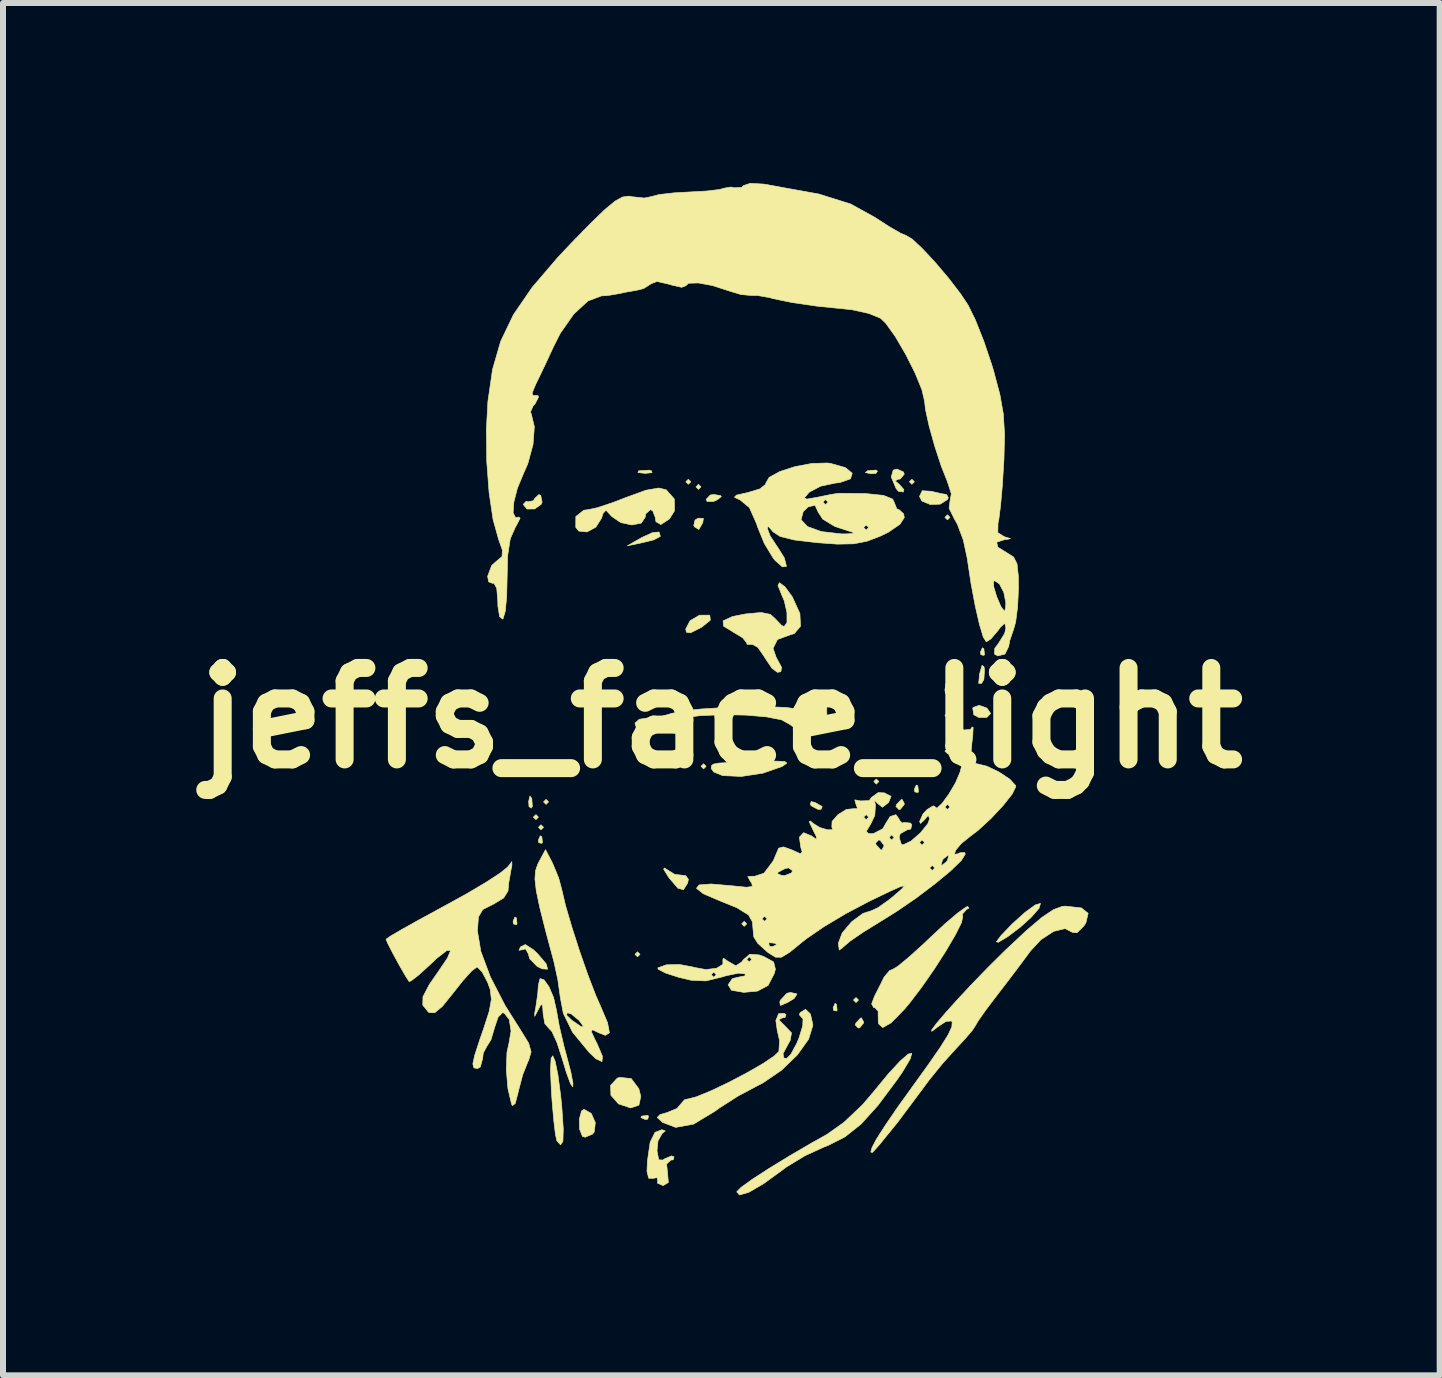
<source format=kicad_pcb>
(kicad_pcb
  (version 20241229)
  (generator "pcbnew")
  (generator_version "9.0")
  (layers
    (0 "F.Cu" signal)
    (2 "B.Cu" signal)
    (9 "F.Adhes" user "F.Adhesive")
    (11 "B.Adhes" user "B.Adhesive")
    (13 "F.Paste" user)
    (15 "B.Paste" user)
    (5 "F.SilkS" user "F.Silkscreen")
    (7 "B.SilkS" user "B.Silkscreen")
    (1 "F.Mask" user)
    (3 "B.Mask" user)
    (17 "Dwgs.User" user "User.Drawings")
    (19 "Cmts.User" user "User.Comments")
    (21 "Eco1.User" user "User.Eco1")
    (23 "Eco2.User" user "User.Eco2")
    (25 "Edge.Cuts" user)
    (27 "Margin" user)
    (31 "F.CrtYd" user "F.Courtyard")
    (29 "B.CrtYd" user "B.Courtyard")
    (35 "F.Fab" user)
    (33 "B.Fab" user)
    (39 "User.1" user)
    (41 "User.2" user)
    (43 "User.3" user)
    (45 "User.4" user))
  (footprint "jeffs_face_light"
    (layer "F.Cu")
    (at 8.97 8.915)
    (property "Reference" "jeffs_face_light" (at 0 0 0) (layer "F.SilkS") (effects (font (size 1.524 1.524) (thickness 0.3))))
    (attr through_hole)
    (fp_poly (pts (xy -3.048 1.651) (xy -3.09 1.693) (xy -3.133 1.651) (xy -3.09 1.609) (xy -3.048 1.651)) (stroke (width 0.01) (type solid)) (fill yes) (layer "F.SilkS"))
    (fp_poly (pts (xy -2.963 1.82) (xy -3.006 1.863) (xy -3.048 1.82) (xy -3.006 1.778) (xy -2.963 1.82)) (stroke (width 0.01) (type solid)) (fill yes) (layer "F.SilkS"))
    (fp_poly (pts (xy -2.879 1.397) (xy -2.921 1.439) (xy -2.963 1.397) (xy -2.921 1.355) (xy -2.879 1.397)) (stroke (width 0.01) (type solid)) (fill yes) (layer "F.SilkS"))
    (fp_poly (pts (xy -1.355 3.937) (xy -1.397 3.979) (xy -1.439 3.937) (xy -1.397 3.895) (xy -1.355 3.937)) (stroke (width 0.01) (type solid)) (fill yes) (layer "F.SilkS"))
    (fp_poly (pts (xy -0.508 -3.937) (xy -0.55 -3.895) (xy -0.593 -3.937) (xy -0.55 -3.979) (xy -0.508 -3.937)) (stroke (width 0.01) (type solid)) (fill yes) (layer "F.SilkS"))
    (fp_poly (pts (xy -0.339 -3.852) (xy -0.381 -3.81) (xy -0.423 -3.852) (xy -0.381 -3.895) (xy -0.339 -3.852)) (stroke (width 0.01) (type solid)) (fill yes) (layer "F.SilkS"))
    (fp_poly (pts (xy -0.254 0.804) (xy -0.296 0.847) (xy -0.339 0.804) (xy -0.296 0.762) (xy -0.254 0.804)) (stroke (width 0.01) (type solid)) (fill yes) (layer "F.SilkS"))
    (fp_poly (pts (xy 0.423 3.429) (xy 0.381 3.471) (xy 0.339 3.429) (xy 0.381 3.387) (xy 0.423 3.429)) (stroke (width 0.01) (type solid)) (fill yes) (layer "F.SilkS"))
    (fp_poly (pts (xy 2.286 4.699) (xy 2.244 4.741) (xy 2.201 4.699) (xy 2.244 4.657) (xy 2.286 4.699)) (stroke (width 0.01) (type solid)) (fill yes) (layer "F.SilkS"))
    (fp_poly (pts (xy 2.625 1.058) (xy 2.582 1.101) (xy 2.54 1.058) (xy 2.582 1.016) (xy 2.625 1.058)) (stroke (width 0.01) (type solid)) (fill yes) (layer "F.SilkS"))
    (fp_poly (pts (xy 3.217 -3.937) (xy 3.175 -3.895) (xy 3.133 -3.937) (xy 3.175 -3.979) (xy 3.217 -3.937)) (stroke (width 0.01) (type solid)) (fill yes) (layer "F.SilkS"))
    (fp_poly (pts (xy 3.641 0.804) (xy 3.598 0.847) (xy 3.556 0.804) (xy 3.598 0.762) (xy 3.641 0.804)) (stroke (width 0.01) (type solid)) (fill yes) (layer "F.SilkS"))
    (fp_poly (pts (xy 3.81 -3.344) (xy 3.768 -3.302) (xy 3.725 -3.344) (xy 3.768 -3.387) (xy 3.81 -3.344)) (stroke (width 0.01) (type solid)) (fill yes) (layer "F.SilkS"))
    (fp_poly (pts (xy 3.81 -0.042) (xy 3.768 0) (xy 3.725 -0.042) (xy 3.768 -0.085) (xy 3.81 -0.042)) (stroke (width 0.01) (type solid)) (fill yes) (layer "F.SilkS"))
    (fp_poly (pts (xy 3.81 0.55) (xy 3.768 0.593) (xy 3.725 0.55) (xy 3.768 0.508) (xy 3.81 0.55)) (stroke (width 0.01) (type solid)) (fill yes) (layer "F.SilkS"))
    (fp_poly (pts (xy -3.415 3.33) (xy -3.405 3.431) (xy -3.415 3.443) (xy -3.465 3.431) (xy -3.471 3.387) (xy -3.44 3.317) (xy -3.415 3.33)) (stroke (width 0.01) (type solid)) (fill yes) (layer "F.SilkS"))
    (fp_poly (pts (xy -3.159 1.339) (xy -3.149 1.471) (xy -3.166 1.501) (xy -3.205 1.476) (xy -3.211 1.39) (xy -3.19 1.3) (xy -3.159 1.339)) (stroke (width 0.01) (type solid)) (fill yes) (layer "F.SilkS"))
    (fp_poly (pts (xy -2.992 1.976) (xy -2.981 2.076) (xy -2.992 2.088) (xy -3.042 2.077) (xy -3.048 2.032) (xy -3.017 1.962) (xy -2.992 1.976)) (stroke (width 0.01) (type solid)) (fill yes) (layer "F.SilkS"))
    (fp_poly (pts (xy -1.214 6.632) (xy -1.225 6.683) (xy -1.27 6.689) (xy -1.34 6.658) (xy -1.326 6.632) (xy -1.226 6.622) (xy -1.214 6.632)) (stroke (width 0.01) (type solid)) (fill yes) (layer "F.SilkS"))
    (fp_poly (pts (xy -1.164 -4.12) (xy -1.154 -4.089) (xy -1.27 -4.077) (xy -1.39 -4.091) (xy -1.376 -4.12) (xy -1.202 -4.131) (xy -1.164 -4.12)) (stroke (width 0.01) (type solid)) (fill yes) (layer "F.SilkS"))
    (fp_poly (pts (xy 1.919 4.77) (xy 1.929 4.87) (xy 1.919 4.882) (xy 1.869 4.871) (xy 1.863 4.826) (xy 1.894 4.756) (xy 1.919 4.77)) (stroke (width 0.01) (type solid)) (fill yes) (layer "F.SilkS"))
    (fp_poly (pts (xy 2.088 -0.31) (xy 2.099 -0.21) (xy 2.088 -0.198) (xy 2.038 -0.209) (xy 2.032 -0.254) (xy 2.063 -0.324) (xy 2.088 -0.31)) (stroke (width 0.01) (type solid)) (fill yes) (layer "F.SilkS"))
    (fp_poly (pts (xy 2.602 -4.115) (xy 2.576 -4.077) (xy 2.491 -4.071) (xy 2.4 -4.091) (xy 2.439 -4.122) (xy 2.572 -4.132) (xy 2.602 -4.115)) (stroke (width 0.01) (type solid)) (fill yes) (layer "F.SilkS"))
    (fp_poly (pts (xy 3.274 1.129) (xy 3.284 1.229) (xy 3.274 1.242) (xy 3.223 1.23) (xy 3.217 1.185) (xy 3.248 1.116) (xy 3.274 1.129)) (stroke (width 0.01) (type solid)) (fill yes) (layer "F.SilkS"))
    (fp_poly (pts (xy 4.374 -1.157) (xy 4.385 -1.057) (xy 4.374 -1.044) (xy 4.324 -1.056) (xy 4.318 -1.101) (xy 4.349 -1.17) (xy 4.374 -1.157)) (stroke (width 0.01) (type solid)) (fill yes) (layer "F.SilkS"))
    (fp_poly (pts (xy -0.299 -3.327) (xy -0.31 -3.255) (xy -0.375 -3.142) (xy -0.444 -3.184) (xy -0.46 -3.208) (xy -0.438 -3.299) (xy -0.385 -3.331) (xy -0.299 -3.327)) (stroke (width 0.01) (type solid)) (fill yes) (layer "F.SilkS"))
    (fp_poly (pts (xy 1.562 1.407) (xy 1.681 1.475) (xy 1.661 1.52) (xy 1.614 1.524) (xy 1.499 1.463) (xy 1.482 1.44) (xy 1.496 1.392) (xy 1.562 1.407)) (stroke (width 0.01) (type solid)) (fill yes) (layer "F.SilkS"))
    (fp_poly (pts (xy -1.037 -3.097) (xy -1.016 -3.028) (xy -1.124 -2.97) (xy -1.313 -2.923) (xy -1.566 -2.87) (xy -1.326 -3.008) (xy -1.149 -3.089) (xy -1.041 -3.1) (xy -1.037 -3.097)) (stroke (width 0.01) (type solid)) (fill yes) (layer "F.SilkS"))
    (fp_poly (pts (xy -0.014 -3.707) (xy 0 -3.692) (xy -0.066 -3.637) (xy -0.127 -3.61) (xy -0.236 -3.608) (xy -0.254 -3.643) (xy -0.185 -3.716) (xy -0.127 -3.725) (xy -0.014 -3.707)) (stroke (width 0.01) (type solid)) (fill yes) (layer "F.SilkS"))
    (fp_poly (pts (xy 1.261 4.598) (xy 1.213 4.673) (xy 1.103 4.74) (xy 0.983 4.789) (xy 0.974 4.73) (xy 0.985 4.701) (xy 1.091 4.587) (xy 1.152 4.572) (xy 1.261 4.598)) (stroke (width 0.01) (type solid)) (fill yes) (layer "F.SilkS"))
    (fp_poly (pts (xy 2.37 5.061) (xy 2.371 5.08) (xy 2.306 5.161) (xy 2.281 5.165) (xy 2.23 5.113) (xy 2.244 5.08) (xy 2.32 4.999) (xy 2.333 4.995) (xy 2.37 5.061)) (stroke (width 0.01) (type solid)) (fill yes) (layer "F.SilkS"))
    (fp_poly (pts (xy 3.047 1.42) (xy 3.048 1.439) (xy 2.983 1.521) (xy 2.958 1.524) (xy 2.908 1.472) (xy 2.921 1.439) (xy 2.997 1.359) (xy 3.011 1.355) (xy 3.047 1.42)) (stroke (width 0.01) (type solid)) (fill yes) (layer "F.SilkS"))
    (fp_poly (pts (xy 3.813 -0.526) (xy 3.841 -0.466) (xy 3.842 -0.357) (xy 3.807 -0.339) (xy 3.735 -0.407) (xy 3.725 -0.466) (xy 3.743 -0.579) (xy 3.759 -0.593) (xy 3.813 -0.526)) (stroke (width 0.01) (type solid)) (fill yes) (layer "F.SilkS"))
    (fp_poly (pts (xy 4.374 -0.86) (xy 4.385 -0.817) (xy 4.375 -0.644) (xy 4.336 -0.577) (xy 4.288 -0.577) (xy 4.302 -0.728) (xy 4.303 -0.734) (xy 4.343 -0.877) (xy 4.374 -0.86)) (stroke (width 0.01) (type solid)) (fill yes) (layer "F.SilkS"))
    (fp_poly (pts (xy 4.425 -0.166) (xy 4.487 -0.076) (xy 4.423 -0.01) (xy 4.292 -0.009) (xy 4.207 -0.054) (xy 4.189 -0.164) (xy 4.196 -0.177) (xy 4.296 -0.212) (xy 4.425 -0.166)) (stroke (width 0.01) (type solid)) (fill yes) (layer "F.SilkS"))
    (fp_poly (pts (xy -2.167 6.589) (xy -2.1 6.742) (xy -2.117 6.895) (xy -2.147 6.933) (xy -2.27 6.985) (xy -2.315 6.97) (xy -2.363 6.849) (xy -2.366 6.681) (xy -2.33 6.549) (xy -2.289 6.519) (xy -2.167 6.589)) (stroke (width 0.01) (type solid)) (fill yes) (layer "F.SilkS"))
    (fp_poly (pts (xy -0.191 -1.707) (xy -0.184 -1.63) (xy -0.325 -1.516) (xy -0.344 -1.505) (xy -0.514 -1.42) (xy -0.583 -1.43) (xy -0.593 -1.483) (xy -0.522 -1.621) (xy -0.365 -1.714) (xy -0.206 -1.715) (xy -0.191 -1.707)) (stroke (width 0.01) (type solid)) (fill yes) (layer "F.SilkS"))
    (fp_poly (pts (xy 3.493 -3.779) (xy 3.671 -3.738) (xy 3.751 -3.726) (xy 3.782 -3.672) (xy 3.768 -3.641) (xy 3.647 -3.564) (xy 3.479 -3.559) (xy 3.341 -3.616) (xy 3.302 -3.693) (xy 3.347 -3.788) (xy 3.493 -3.779)) (stroke (width 0.01) (type solid)) (fill yes) (layer "F.SilkS"))
    (fp_poly (pts (xy -1.502 6.007) (xy -1.375 6.177) (xy -1.342 6.305) (xy -1.374 6.451) (xy -1.511 6.497) (xy -1.712 6.43) (xy -1.714 6.429) (xy -1.84 6.286) (xy -1.846 6.121) (xy -1.735 6.001) (xy -1.696 5.988) (xy -1.502 6.007)) (stroke (width 0.01) (type solid)) (fill yes) (layer "F.SilkS"))
    (fp_poly (pts (xy -3.009 -3.71) (xy -2.987 -3.597) (xy -3.002 -3.562) (xy -3.111 -3.484) (xy -3.239 -3.483) (xy -3.302 -3.56) (xy -3.302 -3.561) (xy -3.251 -3.614) (xy -3.225 -3.603) (xy -3.132 -3.621) (xy -3.109 -3.661) (xy -3.04 -3.724) (xy -3.009 -3.71)) (stroke (width 0.01) (type solid)) (fill yes) (layer "F.SilkS"))
    (fp_poly (pts (xy -0.927 2.512) (xy -0.78 2.604) (xy -0.605 2.625) (xy -0.595 2.625) (xy -0.549 2.687) (xy -0.562 2.752) (xy -0.631 2.86) (xy -0.723 2.836) (xy -0.865 2.671) (xy -0.885 2.643) (xy -0.962 2.518) (xy -0.947 2.498) (xy -0.927 2.512)) (stroke (width 0.01) (type solid)) (fill yes) (layer "F.SilkS"))
    (fp_poly (pts (xy -3.132 3.86) (xy -3.063 3.926) (xy -2.919 4.095) (xy -2.894 4.185) (xy -2.987 4.179) (xy -3.07 4.138) (xy -3.193 4.012) (xy -3.217 3.928) (xy -3.263 3.846) (xy -3.315 3.86) (xy -3.372 3.871) (xy -3.347 3.814) (xy -3.267 3.774) (xy -3.132 3.86)) (stroke (width 0.01) (type solid)) (fill yes) (layer "F.SilkS"))
    (fp_poly (pts (xy 3.036 -4.1) (xy 3.048 -4.064) (xy 2.981 -3.984) (xy 2.942 -3.978) (xy 2.896 -3.951) (xy 2.961 -3.898) (xy 3.042 -3.807) (xy 3.033 -3.767) (xy 2.951 -3.778) (xy 2.911 -3.826) (xy 2.831 -4.017) (xy 2.864 -4.131) (xy 2.928 -4.149) (xy 3.036 -4.1)) (stroke (width 0.01) (type solid)) (fill yes) (layer "F.SilkS"))
    (fp_poly (pts (xy 5.318 3.089) (xy 5.293 3.171) (xy 5.169 3.314) (xy 4.984 3.482) (xy 4.776 3.64) (xy 4.614 3.737) (xy 4.584 3.728) (xy 4.66 3.625) (xy 4.828 3.45) (xy 4.852 3.426) (xy 5.064 3.235) (xy 5.231 3.114) (xy 5.317 3.089) (xy 5.318 3.089)) (stroke (width 0.01) (type solid)) (fill yes) (layer "F.SilkS"))
    (fp_poly (pts (xy -2.769 5.721) (xy -2.723 5.946) (xy -2.677 6.294) (xy -2.659 6.474) (xy -2.634 6.844) (xy -2.64 7.054) (xy -2.679 7.112) (xy -2.741 7.045) (xy -2.765 6.935) (xy -2.793 6.699) (xy -2.821 6.378) (xy -2.832 6.219) (xy -2.847 5.867) (xy -2.837 5.672) (xy -2.809 5.627) (xy -2.769 5.721)) (stroke (width 0.01) (type solid)) (fill yes) (layer "F.SilkS"))
    (fp_poly (pts (xy 1.056 0.724) (xy 1.093 0.75) (xy 1.025 0.799) (xy 1.004 0.81) (xy 0.695 0.918) (xy 0.334 0.973) (xy 0.021 0.959) (xy -0.127 0.899) (xy -0.169 0.841) (xy -0.166 0.797) (xy -0.136 0.769) (xy -0.045 0.751) (xy 0.14 0.74) (xy 0.45 0.729) (xy 0.582 0.724) (xy 0.893 0.717) (xy 1.056 0.724)) (stroke (width 0.01) (type solid)) (fill yes) (layer "F.SilkS"))
    (fp_poly (pts (xy -0.934 6.88) (xy -0.987 6.923) (xy -1.056 7.046) (xy -1.072 7.211) (xy -1.044 7.361) (xy -0.975 7.365) (xy -0.95 7.347) (xy -0.83 7.296) (xy -0.788 7.312) (xy -0.801 7.361) (xy -0.842 7.366) (xy -0.912 7.431) (xy -0.897 7.578) (xy -0.883 7.739) (xy -0.966 7.789) (xy -0.977 7.789) (xy -1.066 7.749) (xy -1.059 7.706) (xy -1.072 7.657) (xy -1.132 7.67) (xy -1.211 7.668) (xy -1.239 7.556) (xy -1.232 7.382) (xy -1.187 7.07) (xy -1.105 6.903) (xy -0.99 6.859) (xy -0.934 6.88)) (stroke (width 0.01) (type solid)) (fill yes) (layer "F.SilkS"))
    (fp_poly (pts (xy -2.955 4.362) (xy -2.872 4.478) (xy -2.795 4.659) (xy -2.749 4.863) (xy -2.7 5.137) (xy -2.621 5.473) (xy -2.574 5.648) (xy -2.507 5.904) (xy -2.473 6.087) (xy -2.476 6.145) (xy -2.515 6.09) (xy -2.581 5.911) (xy -2.653 5.673) (xy -2.739 5.408) (xy -2.823 5.224) (xy -2.879 5.165) (xy -2.942 5.091) (xy -2.969 4.932) (xy -2.98 4.779) (xy -3.011 4.782) (xy -3.056 4.868) (xy -3.109 4.97) (xy -3.111 4.921) (xy -3.093 4.826) (xy -3.059 4.591) (xy -3.049 4.448) (xy -3.021 4.341) (xy -2.955 4.362)) (stroke (width 0.01) (type solid)) (fill yes) (layer "F.SilkS"))
    (fp_poly (pts (xy 3.147 5.681) (xy 3.022 5.891) (xy 2.936 6.017) (xy 2.611 6.453) (xy 2.329 6.765) (xy 2.059 6.98) (xy 1.772 7.125) (xy 1.706 7.15) (xy 1.395 7.292) (xy 1.087 7.479) (xy 1.03 7.522) (xy 0.707 7.757) (xy 0.459 7.902) (xy 0.303 7.947) (xy 0.256 7.895) (xy 0.326 7.823) (xy 0.515 7.686) (xy 0.796 7.504) (xy 1.139 7.294) (xy 1.516 7.074) (xy 1.758 6.939) (xy 2.043 6.737) (xy 2.349 6.447) (xy 2.535 6.23) (xy 2.783 5.928) (xy 2.98 5.715) (xy 3.114 5.599) (xy 3.173 5.586) (xy 3.147 5.681)) (stroke (width 0.01) (type solid)) (fill yes) (layer "F.SilkS"))
    (fp_poly (pts (xy -0.918 -3.803) (xy -0.784 -3.651) (xy -0.781 -3.452) (xy -0.864 -3.319) (xy -1.008 -3.224) (xy -1.09 -3.272) (xy -1.101 -3.344) (xy -1.146 -3.457) (xy -1.185 -3.471) (xy -1.26 -3.403) (xy -1.27 -3.344) (xy -1.336 -3.247) (xy -1.493 -3.218) (xy -1.677 -3.257) (xy -1.826 -3.359) (xy -1.831 -3.365) (xy -1.922 -3.463) (xy -1.971 -3.411) (xy -1.996 -3.331) (xy -2.092 -3.18) (xy -2.239 -3.101) (xy -2.375 -3.115) (xy -2.426 -3.178) (xy -2.425 -3.358) (xy -2.292 -3.463) (xy -2.218 -3.473) (xy -2.067 -3.505) (xy -1.819 -3.587) (xy -1.574 -3.681) (xy -1.254 -3.797) (xy -1.042 -3.833) (xy -0.918 -3.803)) (stroke (width 0.01) (type solid)) (fill yes) (layer "F.SilkS"))
    (fp_poly (pts (xy 4.125 3.168) (xy 4.085 3.189) (xy 4.014 3.27) (xy 4.023 3.305) (xy 4.002 3.408) (xy 3.9 3.612) (xy 3.741 3.883) (xy 3.545 4.188) (xy 3.334 4.491) (xy 3.13 4.758) (xy 3.048 4.855) (xy 2.829 5.079) (xy 2.688 5.158) (xy 2.621 5.096) (xy 2.615 5.059) (xy 2.612 4.912) (xy 2.615 4.889) (xy 2.561 4.828) (xy 2.539 4.826) (xy 2.504 4.764) (xy 2.552 4.636) (xy 2.654 4.435) (xy 2.711 4.318) (xy 2.804 4.207) (xy 2.849 4.191) (xy 2.941 4.136) (xy 3.121 3.988) (xy 3.358 3.774) (xy 3.475 3.663) (xy 3.726 3.429) (xy 3.938 3.249) (xy 4.076 3.151) (xy 4.106 3.14) (xy 4.125 3.168)) (stroke (width 0.01) (type solid)) (fill yes) (layer "F.SilkS"))
    (fp_poly (pts (xy 1.756 -0.21) (xy 1.758 -0.024) (xy 1.745 0.035) (xy 1.665 0.18) (xy 1.494 0.221) (xy 1.448 0.221) (xy 1.246 0.178) (xy 1.129 0.099) (xy 1.002 0.029) (xy 0.749 -0.02) (xy 0.411 -0.049) (xy 0.031 -0.056) (xy -0.35 -0.04) (xy -0.689 0.001) (xy -0.873 0.042) (xy -1.171 0.127) (xy -1.342 0.161) (xy -1.42 0.148) (xy -1.439 0.09) (xy -1.439 0.085) (xy -1.367 0.02) (xy -1.233 0) (xy -0.987 -0.031) (xy -0.817 -0.08) (xy -0.633 -0.119) (xy -0.336 -0.151) (xy 0.028 -0.174) (xy 0.416 -0.187) (xy 0.78 -0.188) (xy 1.076 -0.177) (xy 1.259 -0.151) (xy 1.28 -0.143) (xy 1.457 -0.141) (xy 1.55 -0.207) (xy 1.68 -0.28) (xy 1.756 -0.21)) (stroke (width 0.01) (type solid)) (fill yes) (layer "F.SilkS"))
    (fp_poly (pts (xy 1.06 -2.187) (xy 1.182 -2.02) (xy 1.309 -1.742) (xy 1.319 -1.529) (xy 1.214 -1.406) (xy 1.153 -1.389) (xy 0.935 -1.309) (xy 0.862 -1.162) (xy 0.912 -1.015) (xy 1.004 -0.844) (xy 0.991 -0.772) (xy 0.934 -0.762) (xy 0.843 -0.83) (xy 0.731 -0.996) (xy 0.718 -1.019) (xy 0.609 -1.177) (xy 0.515 -1.23) (xy 0.504 -1.225) (xy 0.429 -1.228) (xy 0.423 -1.251) (xy 0.355 -1.338) (xy 0.212 -1.424) (xy 0.037 -1.531) (xy 0.029 -1.62) (xy 0.188 -1.693) (xy 0.398 -1.734) (xy 0.663 -1.759) (xy 0.817 -1.728) (xy 0.894 -1.659) (xy 1 -1.547) (xy 1.046 -1.524) (xy 1.094 -1.593) (xy 1.093 -1.758) (xy 1.049 -1.952) (xy 1.009 -2.045) (xy 0.943 -2.209) (xy 0.969 -2.255) (xy 1.06 -2.187)) (stroke (width 0.01) (type solid)) (fill yes) (layer "F.SilkS"))
    (fp_poly (pts (xy -2.813 2.417) (xy -2.71 2.667) (xy -2.657 2.866) (xy -2.597 3.122) (xy -2.492 3.48) (xy -2.362 3.885) (xy -2.223 4.282) (xy -2.094 4.618) (xy -2.024 4.777) (xy -1.896 5.077) (xy -1.865 5.245) (xy -1.933 5.287) (xy -2.037 5.247) (xy -2.148 5.194) (xy -2.167 5.225) (xy -2.1 5.37) (xy -2.073 5.421) (xy -1.981 5.637) (xy -1.989 5.725) (xy -2.091 5.677) (xy -2.202 5.572) (xy -2.481 5.233) (xy -2.618 4.951) (xy -2.579 4.951) (xy -2.493 5.035) (xy -2.334 5.144) (xy -2.298 5.139) (xy -2.371 5.038) (xy -2.501 4.931) (xy -2.567 4.911) (xy -2.579 4.951) (xy -2.618 4.951) (xy -2.634 4.918) (xy -2.681 4.67) (xy -2.725 4.359) (xy -2.789 4.064) (xy -2.929 3.542) (xy -3.026 3.156) (xy -3.084 2.879) (xy -3.106 2.685) (xy -3.097 2.546) (xy -3.06 2.438) (xy -3.045 2.407) (xy -2.93 2.193) (xy -2.813 2.417)) (stroke (width 0.01) (type solid)) (fill yes) (layer "F.SilkS"))
    (fp_poly (pts (xy 0.628 3.947) (xy 0.707 3.974) (xy 0.87 4.063) (xy 0.901 4.184) (xy 0.883 4.255) (xy 0.78 4.455) (xy 0.602 4.55) (xy 0.374 4.571) (xy 0.17 4.536) (xy 0.113 4.445) (xy 0.183 4.342) (xy 0.282 4.318) (xy 0.395 4.296) (xy 0.396 4.262) (xy 0.288 4.251) (xy 0.085 4.292) (xy 0.005 4.316) (xy -0.258 4.38) (xy -0.505 4.369) (xy -0.718 4.318) (xy -0.847 4.276) (xy -0.169 4.276) (xy -0.127 4.318) (xy -0.085 4.276) (xy -0.127 4.233) (xy -0.169 4.276) (xy -0.847 4.276) (xy -0.934 4.247) (xy -1.052 4.186) (xy -1.059 4.163) (xy -0.917 4.112) (xy -0.693 4.107) (xy -0.47 4.149) (xy -0.454 4.155) (xy -0.258 4.191) (xy -0.08 4.169) (xy 0.026 4.104) (xy 0.025 4.033) (xy 0.032 4.001) (xy 0.113 4.055) (xy 0.241 4.128) (xy 0.338 4.065) (xy 0.365 4.029) (xy 0.374 4.022) (xy 0.423 4.022) (xy 0.466 4.064) (xy 0.508 4.022) (xy 0.466 3.979) (xy 0.423 4.022) (xy 0.374 4.022) (xy 0.474 3.935) (xy 0.628 3.947)) (stroke (width 0.01) (type solid)) (fill yes) (layer "F.SilkS"))
    (fp_poly (pts (xy 6 3.164) (xy 6.112 3.254) (xy 6.075 3.411) (xy 6.042 3.463) (xy 5.927 3.578) (xy 5.852 3.572) (xy 5.727 3.508) (xy 5.537 3.555) (xy 5.325 3.693) (xy 5.151 3.881) (xy 4.974 4.12) (xy 4.749 4.417) (xy 4.58 4.637) (xy 4.404 4.869) (xy 4.28 5.046) (xy 4.233 5.127) (xy 4.18 5.208) (xy 4.041 5.368) (xy 3.916 5.502) (xy 3.683 5.76) (xy 3.463 6.031) (xy 3.387 6.134) (xy 2.937 6.737) (xy 2.632 7.112) (xy 2.519 7.238) (xy 2.49 7.233) (xy 2.512 7.154) (xy 2.583 7.019) (xy 2.733 6.784) (xy 2.938 6.485) (xy 3.126 6.223) (xy 3.431 5.8) (xy 3.645 5.492) (xy 3.778 5.28) (xy 3.841 5.145) (xy 3.846 5.067) (xy 3.833 5.047) (xy 3.74 5.057) (xy 3.609 5.143) (xy 3.506 5.221) (xy 3.505 5.196) (xy 3.588 5.085) (xy 3.739 4.908) (xy 3.942 4.682) (xy 4.181 4.427) (xy 4.439 4.16) (xy 4.7 3.901) (xy 4.729 3.873) (xy 5.081 3.543) (xy 5.342 3.321) (xy 5.535 3.192) (xy 5.682 3.138) (xy 5.733 3.134) (xy 6 3.164)) (stroke (width 0.01) (type solid)) (fill yes) (layer "F.SilkS"))
    (fp_poly (pts (xy 1.484 4.931) (xy 1.524 5.106) (xy 1.524 5.124) (xy 1.454 5.351) (xy 1.268 5.612) (xy 1.003 5.868) (xy 0.694 6.079) (xy 0.593 6.131) (xy 0.279 6.298) (xy -0.035 6.499) (xy -0.112 6.555) (xy -0.464 6.767) (xy -0.762 6.821) (xy -0.98 6.737) (xy -1.069 6.656) (xy -1.022 6.607) (xy -0.902 6.573) (xy -0.738 6.505) (xy -0.677 6.433) (xy -0.61 6.357) (xy -0.567 6.35) (xy -0.415 6.311) (xy -0.169 6.21) (xy 0.126 6.069) (xy 0.429 5.91) (xy 0.698 5.755) (xy 0.889 5.626) (xy 0.959 5.554) (xy 0.97 5.373) (xy 0.932 5.209) (xy 0.908 5.039) (xy 0.955 4.926) (xy 1.047 4.92) (xy 1.078 4.945) (xy 1.059 4.991) (xy 1.009 4.998) (xy 0.958 5.03) (xy 1.056 5.127) (xy 1.056 5.127) (xy 1.169 5.246) (xy 1.146 5.375) (xy 1.12 5.42) (xy 1.028 5.592) (xy 1.041 5.664) (xy 1.088 5.673) (xy 1.16 5.601) (xy 1.256 5.422) (xy 1.293 5.334) (xy 1.356 5.129) (xy 1.361 5.009) (xy 1.343 4.995) (xy 1.299 4.943) (xy 1.313 4.909) (xy 1.403 4.854) (xy 1.484 4.931)) (stroke (width 0.01) (type solid)) (fill yes) (layer "F.SilkS"))
    (fp_poly (pts (xy -3.49 2.458) (xy -3.507 2.54) (xy -3.544 2.755) (xy -3.555 2.881) (xy -3.627 2.998) (xy -3.801 3.103) (xy -3.81 3.107) (xy -3.975 3.19) (xy -4.047 3.313) (xy -4.064 3.538) (xy -4.064 3.551) (xy -4.008 3.887) (xy -3.85 4.311) (xy -3.605 4.787) (xy -3.345 5.2) (xy -3.211 5.417) (xy -3.17 5.563) (xy -3.21 5.7) (xy -3.223 5.726) (xy -3.31 5.944) (xy -3.381 6.214) (xy -3.387 6.242) (xy -3.435 6.423) (xy -3.481 6.458) (xy -3.495 6.435) (xy -3.556 6.177) (xy -3.583 5.86) (xy -3.572 5.567) (xy -3.541 5.429) (xy -3.504 5.216) (xy -3.534 5.024) (xy -3.617 4.917) (xy -3.648 4.911) (xy -3.72 4.984) (xy -3.78 5.161) (xy -3.781 5.166) (xy -3.839 5.361) (xy -3.906 5.468) (xy -3.967 5.581) (xy -3.979 5.678) (xy -4.016 5.813) (xy -4.064 5.842) (xy -4.124 5.828) (xy -4.141 5.764) (xy -4.11 5.62) (xy -4.027 5.364) (xy -3.967 5.193) (xy -3.869 4.891) (xy -3.832 4.688) (xy -3.851 4.525) (xy -3.892 4.41) (xy -3.985 4.232) (xy -4.067 4.149) (xy -4.073 4.149) (xy -4.158 4.212) (xy -4.306 4.375) (xy -4.459 4.569) (xy -4.648 4.804) (xy -4.776 4.91) (xy -4.868 4.909) (xy -4.884 4.897) (xy -4.975 4.784) (xy -4.972 4.643) (xy -4.866 4.44) (xy -4.731 4.246) (xy -4.564 3.999) (xy -4.512 3.873) (xy -4.572 3.872) (xy -4.739 4.001) (xy -4.86 4.115) (xy -5.042 4.281) (xy -5.169 4.379) (xy -5.203 4.391) (xy -5.263 4.298) (xy -5.365 4.121) (xy -5.474 3.921) (xy -5.559 3.755) (xy -5.588 3.686) (xy -5.518 3.636) (xy -5.325 3.523) (xy -5.039 3.363) (xy -4.686 3.171) (xy -4.616 3.133) (xy -4.242 2.927) (xy -3.92 2.736) (xy -3.682 2.581) (xy -3.558 2.48) (xy -3.552 2.472) (xy -3.491 2.393) (xy -3.49 2.458)) (stroke (width 0.01) (type solid)) (fill yes) (layer "F.SilkS"))
    (fp_poly (pts (xy 1.82 -4.243) (xy 2.068 -4.173) (xy 2.181 -4.079) (xy 2.152 -3.986) (xy 1.974 -3.924) (xy 1.897 -3.915) (xy 1.653 -3.863) (xy 1.468 -3.766) (xy 1.459 -3.757) (xy 1.384 -3.67) (xy 1.422 -3.648) (xy 1.599 -3.679) (xy 1.613 -3.682) (xy 1.819 -3.724) (xy 1.941 -3.744) (xy 1.947 -3.745) (xy 2.404 -3.741) (xy 2.703 -3.71) (xy 2.854 -3.649) (xy 2.879 -3.598) (xy 2.924 -3.486) (xy 2.963 -3.471) (xy 3.038 -3.402) (xy 3.048 -3.34) (xy 2.975 -3.228) (xy 2.784 -3.097) (xy 2.658 -3.035) (xy 2.426 -2.946) (xy 2.204 -2.903) (xy 1.931 -2.898) (xy 1.599 -2.922) (xy 1.217 -2.967) (xy 0.979 -3.026) (xy 0.859 -3.105) (xy 0.848 -3.12) (xy 0.783 -3.194) (xy 0.765 -3.165) (xy 0.811 -3.039) (xy 0.928 -2.86) (xy 0.938 -2.847) (xy 1.05 -2.668) (xy 1.084 -2.533) (xy 1.082 -2.526) (xy 1.017 -2.519) (xy 0.896 -2.626) (xy 0.864 -2.665) (xy 0.715 -2.911) (xy 0.598 -3.199) (xy 0.589 -3.233) (xy 0.557 -3.305) (xy 1.328 -3.305) (xy 1.437 -3.19) (xy 1.668 -3.107) (xy 1.998 -3.069) (xy 2.074 -3.068) (xy 2.207 -3.076) (xy 2.183 -3.099) (xy 2.159 -3.105) (xy 1.945 -3.175) (xy 2.371 -3.175) (xy 2.413 -3.133) (xy 2.455 -3.175) (xy 2.413 -3.217) (xy 2.371 -3.175) (xy 1.945 -3.175) (xy 1.888 -3.194) (xy 1.689 -3.315) (xy 1.609 -3.439) (xy 1.609 -3.443) (xy 1.561 -3.546) (xy 1.448 -3.519) (xy 1.364 -3.44) (xy 1.328 -3.305) (xy 0.557 -3.305) (xy 0.468 -3.506) (xy 0.357 -3.598) (xy 1.693 -3.598) (xy 1.736 -3.556) (xy 1.778 -3.598) (xy 1.736 -3.641) (xy 1.693 -3.598) (xy 0.357 -3.598) (xy 0.317 -3.632) (xy 0.218 -3.679) (xy 0.252 -3.715) (xy 0.435 -3.756) (xy 0.447 -3.759) (xy 0.643 -3.819) (xy 0.738 -3.894) (xy 0.74 -3.913) (xy 0.797 -4.011) (xy 0.975 -4.108) (xy 1.228 -4.19) (xy 1.507 -4.242) (xy 1.767 -4.25) (xy 1.82 -4.243)) (stroke (width 0.01) (type solid)) (fill yes) (layer "F.SilkS"))
    (fp_poly (pts (xy 0.704 -8.898) (xy 0.781 -8.885) (xy 1.081 -8.83) (xy 1.44 -8.765) (xy 1.625 -8.732) (xy 2.157 -8.565) (xy 2.555 -8.345) (xy 2.798 -8.188) (xy 2.987 -8.079) (xy 3.075 -8.043) (xy 3.18 -7.981) (xy 3.354 -7.818) (xy 3.567 -7.589) (xy 3.788 -7.328) (xy 3.985 -7.071) (xy 4.111 -6.882) (xy 4.234 -6.631) (xy 4.373 -6.281) (xy 4.503 -5.896) (xy 4.535 -5.791) (xy 4.641 -5.393) (xy 4.699 -5.063) (xy 4.719 -4.727) (xy 4.709 -4.307) (xy 4.705 -4.243) (xy 4.682 -3.868) (xy 4.653 -3.542) (xy 4.624 -3.311) (xy 4.61 -3.246) (xy 4.607 -3.089) (xy 4.712 -3.023) (xy 4.817 -2.99) (xy 4.759 -2.976) (xy 4.72 -2.973) (xy 4.588 -2.93) (xy 4.608 -2.847) (xy 4.763 -2.751) (xy 4.87 -2.683) (xy 4.927 -2.57) (xy 4.949 -2.364) (xy 4.951 -2.159) (xy 4.937 -1.854) (xy 4.904 -1.599) (xy 4.871 -1.482) (xy 4.805 -1.289) (xy 4.788 -1.192) (xy 4.726 -1.066) (xy 4.605 -1.035) (xy 4.55 -1.067) (xy 4.556 -1.161) (xy 4.618 -1.244) (xy 4.722 -1.411) (xy 4.741 -1.507) (xy 4.722 -1.58) (xy 4.65 -1.514) (xy 4.61 -1.458) (xy 4.492 -1.319) (xy 4.415 -1.27) (xy 4.365 -1.348) (xy 4.301 -1.56) (xy 4.23 -1.87) (xy 4.16 -2.244) (xy 4.155 -2.277) (xy 4.535 -2.277) (xy 4.539 -2.185) (xy 4.589 -2.02) (xy 4.658 -1.859) (xy 4.717 -1.779) (xy 4.72 -1.779) (xy 4.738 -1.848) (xy 4.74 -1.926) (xy 4.707 -2.093) (xy 4.634 -2.234) (xy 4.556 -2.288) (xy 4.535 -2.277) (xy 4.155 -2.277) (xy 4.099 -2.648) (xy 4.096 -2.667) (xy 4.032 -2.966) (xy 3.934 -3.228) (xy 3.887 -3.31) (xy 3.795 -3.495) (xy 3.809 -3.606) (xy 3.832 -3.736) (xy 3.768 -3.937) (xy 3.663 -4.202) (xy 3.555 -4.532) (xy 3.462 -4.866) (xy 3.401 -5.145) (xy 3.387 -5.277) (xy 3.342 -5.471) (xy 3.228 -5.75) (xy 3.071 -6.062) (xy 2.899 -6.356) (xy 2.74 -6.578) (xy 2.653 -6.662) (xy 2.457 -6.742) (xy 2.18 -6.803) (xy 2.06 -6.816) (xy 1.598 -6.863) (xy 1.182 -6.923) (xy 0.866 -6.988) (xy 0.804 -7.006) (xy 0.598 -7.042) (xy 0.5 -7.041) (xy 0.328 -7.057) (xy 0.119 -7.12) (xy -0.145 -7.206) (xy -0.383 -7.25) (xy -0.547 -7.245) (xy -0.593 -7.203) (xy -0.661 -7.177) (xy -0.827 -7.215) (xy -0.85 -7.224) (xy -1.073 -7.275) (xy -1.168 -7.238) (xy -1.295 -7.157) (xy -1.397 -7.131) (xy -1.606 -7.094) (xy -1.693 -7.074) (xy -1.884 -7.042) (xy -1.999 -7.034) (xy -2.222 -6.95) (xy -2.459 -6.732) (xy -2.684 -6.411) (xy -2.794 -6.194) (xy -2.926 -5.909) (xy -3.051 -5.647) (xy -3.093 -5.563) (xy -3.153 -5.417) (xy -3.139 -5.373) (xy -3.131 -5.377) (xy -3.054 -5.372) (xy -3.048 -5.344) (xy -3.11 -5.225) (xy -3.134 -5.206) (xy -3.181 -5.101) (xy -3.168 -5.069) (xy -3.116 -4.856) (xy -3.138 -4.558) (xy -3.226 -4.235) (xy -3.294 -4.081) (xy -3.398 -3.831) (xy -3.458 -3.597) (xy -3.47 -3.42) (xy -3.428 -3.338) (xy -3.378 -3.35) (xy -3.353 -3.331) (xy -3.415 -3.209) (xy -3.431 -3.184) (xy -3.517 -2.988) (xy -3.561 -2.707) (xy -3.57 -2.33) (xy -3.577 -2.019) (xy -3.601 -1.778) (xy -3.638 -1.654) (xy -3.644 -1.649) (xy -3.695 -1.69) (xy -3.723 -1.863) (xy -3.725 -1.947) (xy -3.743 -2.164) (xy -3.791 -2.249) (xy -3.81 -2.244) (xy -3.877 -2.269) (xy -3.895 -2.361) (xy -3.827 -2.542) (xy -3.747 -2.614) (xy -3.655 -2.689) (xy -3.649 -2.799) (xy -3.712 -2.978) (xy -3.804 -3.308) (xy -3.87 -3.756) (xy -3.909 -4.273) (xy -3.915 -4.81) (xy -3.89 -5.274) (xy -3.813 -5.807) (xy -3.677 -6.278) (xy -3.464 -6.722) (xy -3.154 -7.174) (xy -2.73 -7.67) (xy -2.508 -7.906) (xy -2.179 -8.243) (xy -1.941 -8.473) (xy -1.771 -8.614) (xy -1.647 -8.682) (xy -1.544 -8.697) (xy -1.482 -8.686) (xy -1.284 -8.665) (xy -1.167 -8.689) (xy -1.038 -8.723) (xy -0.795 -8.751) (xy -0.533 -8.766) (xy -0.246 -8.782) (xy -0.033 -8.807) (xy 0.054 -8.831) (xy 0.164 -8.849) (xy 0.211 -8.836) (xy 0.341 -8.844) (xy 0.37 -8.873) (xy 0.481 -8.91) (xy 0.704 -8.898)) (stroke (width 0.01) (type solid)) (fill yes) (layer "F.SilkS"))
    (fp_poly (pts (xy 4.196 0.156) (xy 4.189 0.296) (xy 4.176 0.402) (xy 4.156 0.634) (xy 4.188 0.74) (xy 4.258 0.762) (xy 4.424 0.802) (xy 4.628 0.9) (xy 4.807 1.019) (xy 4.903 1.124) (xy 4.907 1.143) (xy 4.846 1.267) (xy 4.695 1.458) (xy 4.494 1.673) (xy 4.281 1.869) (xy 4.128 1.986) (xy 3.995 2.094) (xy 3.906 2.201) (xy 3.882 2.27) (xy 3.946 2.262) (xy 3.979 2.244) (xy 4.058 2.243) (xy 4.064 2.268) (xy 3.998 2.374) (xy 3.82 2.547) (xy 3.56 2.762) (xy 3.251 2.996) (xy 2.921 3.222) (xy 2.651 3.39) (xy 2.372 3.562) (xy 2.15 3.714) (xy 2.027 3.818) (xy 2.019 3.828) (xy 1.965 3.866) (xy 1.949 3.753) (xy 2.014 3.581) (xy 2.171 3.395) (xy 2.362 3.254) (xy 2.488 3.215) (xy 2.605 3.163) (xy 2.79 3.032) (xy 2.879 2.96) (xy 3.007 2.848) (xy 3.051 2.795) (xy 2.994 2.805) (xy 2.819 2.882) (xy 2.512 3.03) (xy 2.455 3.058) (xy 2.081 3.255) (xy 1.715 3.473) (xy 1.421 3.674) (xy 1.352 3.729) (xy 1.135 3.905) (xy 1 3.986) (xy 0.901 3.985) (xy 0.788 3.914) (xy 0.759 3.892) (xy 0.608 3.754) (xy 0.607 3.754) (xy 0.79 3.754) (xy 0.802 3.804) (xy 0.847 3.81) (xy 0.916 3.779) (xy 0.903 3.754) (xy 0.803 3.743) (xy 0.79 3.754) (xy 0.607 3.754) (xy 0.54 3.646) (xy 0.525 3.488) (xy 0.519 3.398) (xy 0.489 3.344) (xy 0.677 3.344) (xy 0.72 3.387) (xy 0.762 3.344) (xy 0.72 3.302) (xy 0.677 3.344) (xy 0.489 3.344) (xy 0.454 3.282) (xy 0.261 3.162) (xy -0.021 3.047) (xy -0.3 2.928) (xy -0.415 2.837) (xy -0.371 2.781) (xy -0.173 2.765) (xy 0.176 2.795) (xy 0.177 2.795) (xy 0.416 2.819) (xy 0.516 2.807) (xy 0.507 2.752) (xy 0.489 2.729) (xy 0.44 2.641) (xy 0.533 2.635) (xy 0.55 2.638) (xy 0.693 2.591) (xy 0.931 2.591) (xy 1 2.621) (xy 1.058 2.625) (xy 1.171 2.58) (xy 1.185 2.543) (xy 1.125 2.498) (xy 3.471 2.498) (xy 3.514 2.54) (xy 3.556 2.498) (xy 3.514 2.455) (xy 3.471 2.498) (xy 1.125 2.498) (xy 1.123 2.496) (xy 1.058 2.509) (xy 0.947 2.569) (xy 0.931 2.591) (xy 0.693 2.591) (xy 0.711 2.585) (xy 0.813 2.45) (xy 3.661 2.45) (xy 3.673 2.455) (xy 3.75 2.396) (xy 3.768 2.371) (xy 3.789 2.292) (xy 3.778 2.286) (xy 3.7 2.346) (xy 3.683 2.371) (xy 3.661 2.45) (xy 0.813 2.45) (xy 0.865 2.38) (xy 0.955 2.168) (xy 1.038 2.147) (xy 1.181 2.199) (xy 1.32 2.263) (xy 1.347 2.229) (xy 1.325 2.161) (xy 1.314 2.084) (xy 2.569 2.084) (xy 2.582 2.117) (xy 2.658 2.197) (xy 2.672 2.201) (xy 2.708 2.136) (xy 2.709 2.117) (xy 2.644 2.035) (xy 2.62 2.032) (xy 2.569 2.084) (xy 1.314 2.084) (xy 1.3 1.986) (xy 1.371 1.91) (xy 1.503 1.964) (xy 1.589 2.025) (xy 1.584 1.99) (xy 2.794 1.99) (xy 2.836 2.032) (xy 2.879 1.99) (xy 2.836 1.947) (xy 2.794 1.99) (xy 1.584 1.99) (xy 1.583 1.975) (xy 1.527 1.863) (xy 1.463 1.725) (xy 1.484 1.716) (xy 1.531 1.757) (xy 1.641 1.824) (xy 1.769 1.862) (xy 1.853 1.86) (xy 1.841 1.813) (xy 1.845 1.722) (xy 1.908 1.651) (xy 2.371 1.651) (xy 2.413 1.693) (xy 2.455 1.651) (xy 2.413 1.609) (xy 2.371 1.651) (xy 1.908 1.651) (xy 1.945 1.609) (xy 2.083 1.523) (xy 2.194 1.511) (xy 2.271 1.509) (xy 2.244 1.439) (xy 2.223 1.363) (xy 2.318 1.381) (xy 2.462 1.376) (xy 2.506 1.32) (xy 2.614 1.242) (xy 2.717 1.247) (xy 2.828 1.304) (xy 2.789 1.403) (xy 2.782 1.411) (xy 2.684 1.487) (xy 2.603 1.422) (xy 2.551 1.368) (xy 2.568 1.451) (xy 2.557 1.623) (xy 2.49 1.763) (xy 2.415 1.89) (xy 2.457 1.927) (xy 2.534 1.925) (xy 2.689 1.846) (xy 2.738 1.76) (xy 2.812 1.641) (xy 2.909 1.61) (xy 2.963 1.684) (xy 2.963 1.698) (xy 3.014 1.751) (xy 3.042 1.739) (xy 3.151 1.75) (xy 3.174 1.777) (xy 3.156 1.85) (xy 3.095 1.863) (xy 2.98 1.928) (xy 2.963 1.99) (xy 2.998 2.101) (xy 3.027 2.114) (xy 3.111 2.074) (xy 3.302 2.074) (xy 3.344 2.117) (xy 3.387 2.074) (xy 3.344 2.032) (xy 3.302 2.074) (xy 3.111 2.074) (xy 3.16 2.051) (xy 3.319 1.912) (xy 3.441 1.76) (xy 3.47 1.68) (xy 3.449 1.619) (xy 3.387 1.693) (xy 3.319 1.757) (xy 3.303 1.725) (xy 3.361 1.596) (xy 3.429 1.524) (xy 3.532 1.462) (xy 3.556 1.475) (xy 3.592 1.503) (xy 3.614 1.482) (xy 3.725 1.482) (xy 3.768 1.524) (xy 3.81 1.482) (xy 3.768 1.439) (xy 3.725 1.482) (xy 3.614 1.482) (xy 3.68 1.42) (xy 3.793 1.265) (xy 3.903 1.077) (xy 3.978 0.9) (xy 4.037 0.673) (xy 4.024 0.551) (xy 3.98 0.509) (xy 3.924 0.432) (xy 3.972 0.386) (xy 4.025 0.277) (xy 4.01 0.235) (xy 4.006 0.183) (xy 4.044 0.199) (xy 4.151 0.189) (xy 4.179 0.149) (xy 4.196 0.156)) (stroke (width 0.01) (type solid)) (fill yes) (layer "F.SilkS")))
  (gr_rect
    (start -3 -3)
    (end 20.94 19.867)
    (stroke (width 0.1) (type default))
    (fill no)
    (layer "Edge.Cuts")))
</source>
